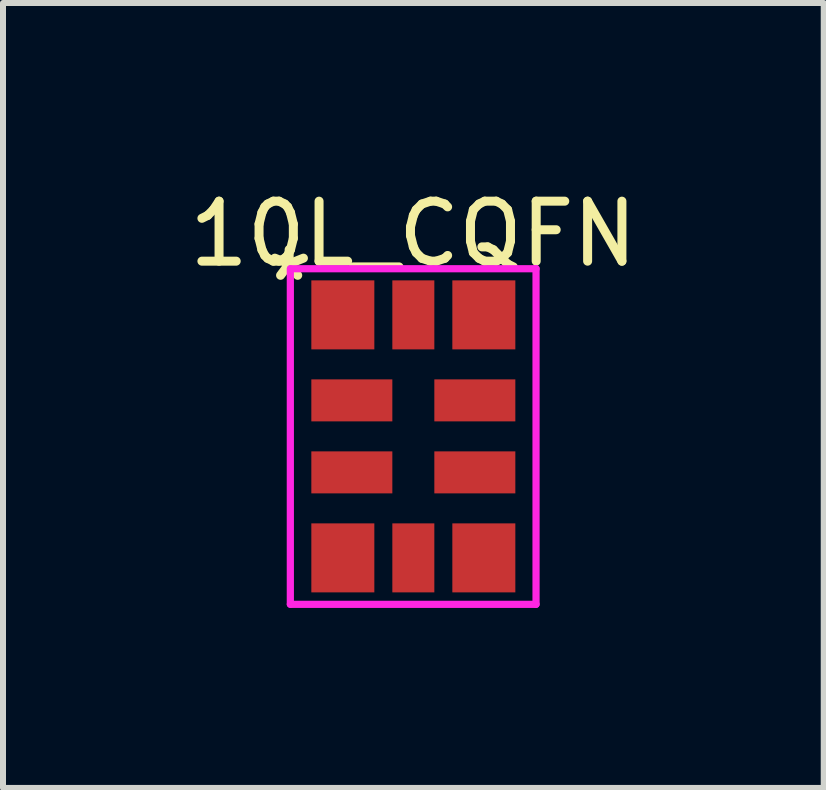
<source format=kicad_pcb>
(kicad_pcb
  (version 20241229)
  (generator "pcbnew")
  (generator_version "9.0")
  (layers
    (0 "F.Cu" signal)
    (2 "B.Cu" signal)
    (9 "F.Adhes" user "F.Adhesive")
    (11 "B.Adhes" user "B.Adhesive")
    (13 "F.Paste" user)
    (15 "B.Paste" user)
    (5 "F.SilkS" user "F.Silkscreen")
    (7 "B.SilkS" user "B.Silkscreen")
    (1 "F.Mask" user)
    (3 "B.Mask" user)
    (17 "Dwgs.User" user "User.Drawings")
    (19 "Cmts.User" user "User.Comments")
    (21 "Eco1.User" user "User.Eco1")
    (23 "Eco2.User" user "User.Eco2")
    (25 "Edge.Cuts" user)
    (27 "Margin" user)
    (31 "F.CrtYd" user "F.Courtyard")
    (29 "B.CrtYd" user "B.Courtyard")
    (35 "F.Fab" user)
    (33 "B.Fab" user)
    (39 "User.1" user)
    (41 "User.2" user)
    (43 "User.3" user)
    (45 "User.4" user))
  (footprint "10L_CQFN"
    (layer "F.Cu")
    (at 3.839 4.223)
    (property "Reference" "10L_CQFN" (at 0 -3.375 0) (layer "F.SilkS") (effects (font (size 1 1) (thickness 0.15))))
    (attr through_hole)
    (fp_line (start -2.05 2.797) (end -2.05 -2.794) (stroke (width 0.12) (type solid)) (layer "F.CrtYd"))
    (fp_line (start -2.047 -2.794) (end 2.045 -2.794) (stroke (width 0.12) (type solid)) (layer "F.CrtYd"))
    (fp_line (start 2.045 -2.797) (end 2.045 2.799) (stroke (width 0.12) (type solid)) (layer "F.CrtYd"))
    (fp_line (start 2.045 2.799) (end -2.05 2.799) (stroke (width 0.12) (type solid)) (layer "F.CrtYd"))
    (fp_text user "*" (at -2.07 -2.568 0) (layer "F.SilkS") (effects (font (size 1 1) (thickness 0.15))))
    (pad "1" smd rect (at -1.175 -2.025) (size 1.05 1.15) (layers "F.Cu" "F.Mask" "F.Paste"))
    (pad "2" smd rect (at -1.025 -0.6) (size 1.35 0.7) (layers "F.Cu" "F.Mask" "F.Paste"))
    (pad "3" smd rect (at -1.025 0.6) (size 1.35 0.7) (layers "F.Cu" "F.Mask" "F.Paste"))
    (pad "4" smd rect (at -1.175 2.025) (size 1.05 1.15) (layers "F.Cu" "F.Mask" "F.Paste"))
    (pad "5" smd rect (at 0 2.025) (size 0.7 1.15) (layers "F.Cu" "F.Mask" "F.Paste"))
    (pad "6" smd rect (at 1.175 2.025) (size 1.05 1.15) (layers "F.Cu" "F.Mask" "F.Paste"))
    (pad "7" smd rect (at 1.025 0.6) (size 1.35 0.7) (layers "F.Cu" "F.Mask" "F.Paste"))
    (pad "8" smd rect (at 1.025 -0.6) (size 1.35 0.7) (layers "F.Cu" "F.Mask" "F.Paste"))
    (pad "9" smd rect (at 1.175 -2.025) (size 1.05 1.15) (layers "F.Cu" "F.Mask" "F.Paste"))
    (pad "10" smd rect (at 0 -2.025) (size 0.7 1.15) (layers "F.Cu" "F.Mask" "F.Paste")))
  (gr_rect
    (start -3 -3)
    (end 10.679 10.082)
    (stroke (width 0.1) (type default))
    (fill no)
    (layer "Edge.Cuts")))
</source>
